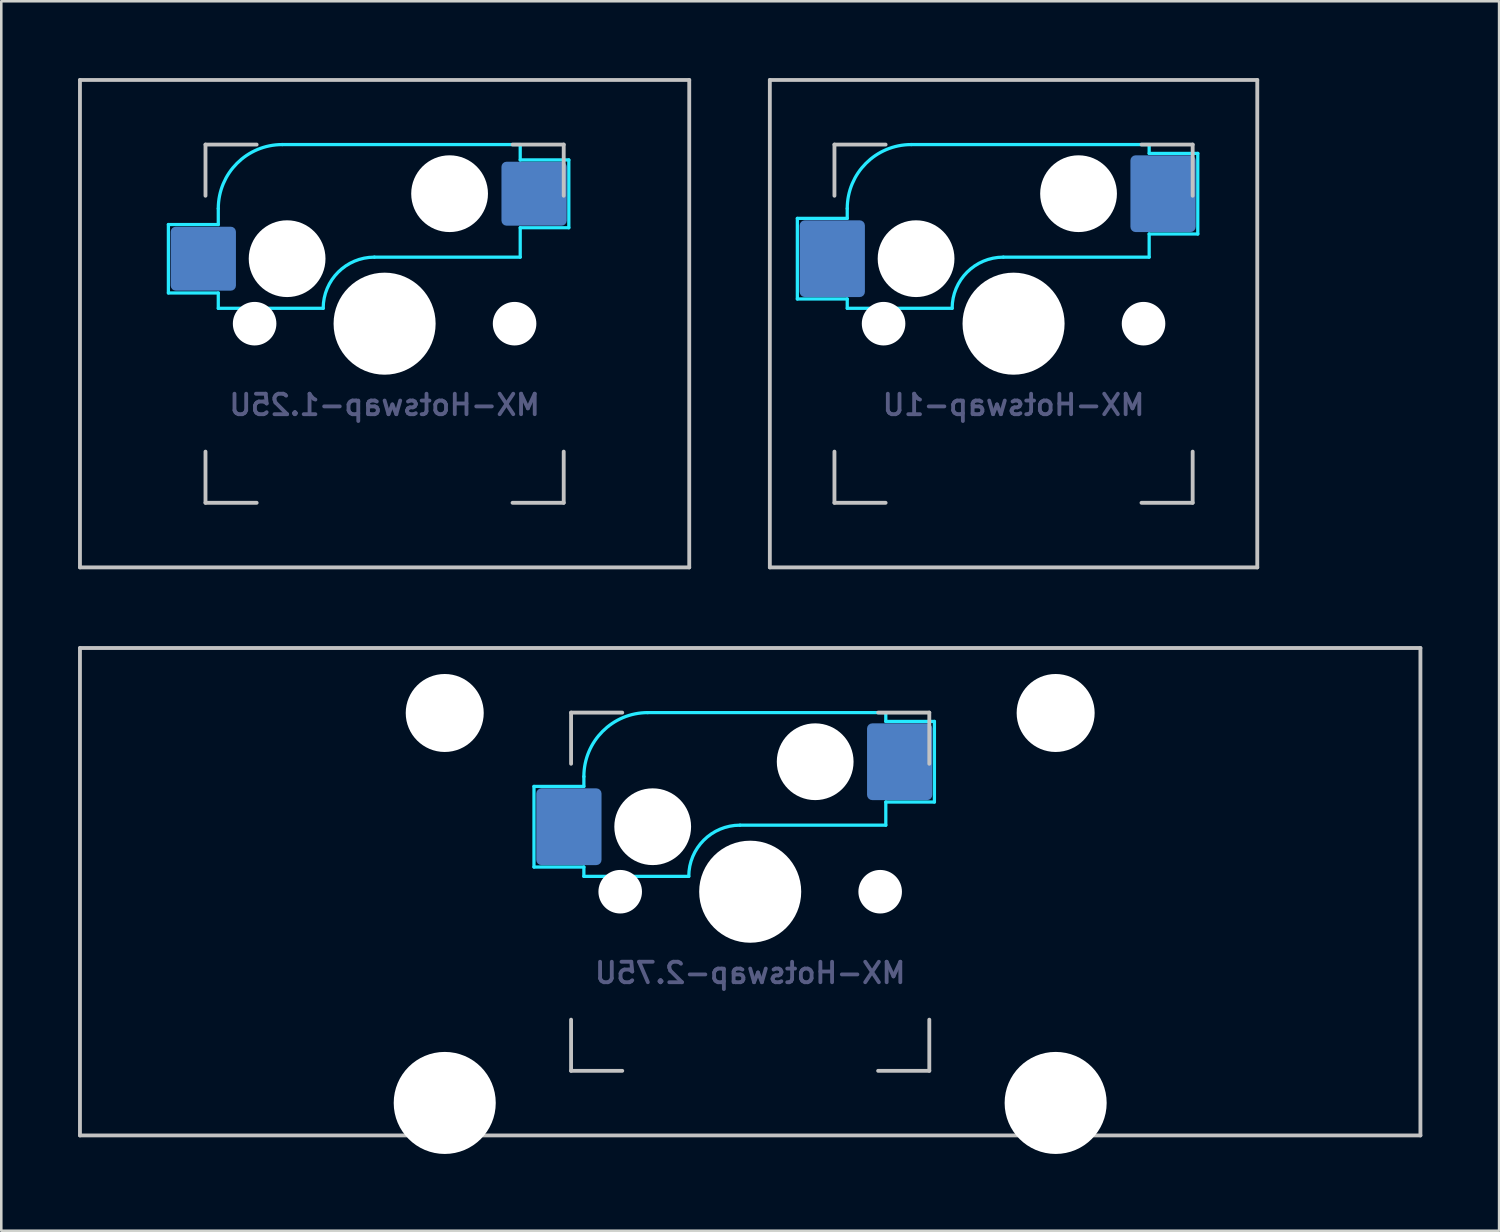
<source format=kicad_pcb>
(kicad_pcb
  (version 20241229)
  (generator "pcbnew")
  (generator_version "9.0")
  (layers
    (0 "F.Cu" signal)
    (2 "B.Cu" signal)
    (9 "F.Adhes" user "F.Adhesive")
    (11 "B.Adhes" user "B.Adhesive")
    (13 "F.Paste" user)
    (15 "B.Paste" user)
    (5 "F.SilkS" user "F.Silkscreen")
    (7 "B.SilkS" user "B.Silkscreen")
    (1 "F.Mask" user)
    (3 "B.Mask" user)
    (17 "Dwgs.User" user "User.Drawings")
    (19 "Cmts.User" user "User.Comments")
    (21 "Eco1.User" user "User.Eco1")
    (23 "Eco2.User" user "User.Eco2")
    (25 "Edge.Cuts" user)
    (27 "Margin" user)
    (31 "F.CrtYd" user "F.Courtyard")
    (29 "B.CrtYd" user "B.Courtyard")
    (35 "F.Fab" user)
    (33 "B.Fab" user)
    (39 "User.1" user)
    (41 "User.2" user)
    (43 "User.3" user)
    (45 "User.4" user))
  (footprint "MX-Hotswap-2.75U"
    (layer "F.Cu")
    (at 26.269 31.8)
    (property "Reference" "MX-Hotswap-2.75U" (at 0 3.175 0) (layer "B.Fab") (effects (font (size 0.8 0.8) (thickness 0.15)) (justify mirror)))
    (attr smd)
    (fp_line (start -26.194 9.525) (end -26.194 -9.525) (stroke (width 0.15) (type solid)) (layer "Dwgs.User"))
    (fp_line (start -7 -7) (end -7 -5) (stroke (width 0.15) (type solid)) (layer "Dwgs.User"))
    (fp_line (start -7 5) (end -7 7) (stroke (width 0.15) (type solid)) (layer "Dwgs.User"))
    (fp_line (start -7 7) (end -5 7) (stroke (width 0.15) (type solid)) (layer "Dwgs.User"))
    (fp_line (start -5 -7) (end -7 -7) (stroke (width 0.15) (type solid)) (layer "Dwgs.User"))
    (fp_line (start 5 -7) (end 7 -7) (stroke (width 0.15) (type solid)) (layer "Dwgs.User"))
    (fp_line (start 5 7) (end 7 7) (stroke (width 0.15) (type solid)) (layer "Dwgs.User"))
    (fp_line (start 7 -7) (end 7 -5) (stroke (width 0.15) (type solid)) (layer "Dwgs.User"))
    (fp_line (start 7 7) (end 7 5) (stroke (width 0.15) (type solid)) (layer "Dwgs.User"))
    (fp_line (start 26.194 -9.525) (end -26.194 -9.525) (stroke (width 0.15) (type solid)) (layer "Dwgs.User"))
    (fp_line (start 26.194 9.525) (end -26.194 9.525) (stroke (width 0.15) (type solid)) (layer "Dwgs.User"))
    (fp_line (start 26.194 9.525) (end 26.194 -9.525) (stroke (width 0.15) (type solid)) (layer "Dwgs.User"))
    (fp_line (start -8.45 -4.115) (end -8.45 -0.965) (stroke (width 0.127) (type solid)) (layer "B.CrtYd"))
    (fp_line (start -8.45 -0.965) (end -6.5 -0.965) (stroke (width 0.127) (type solid)) (layer "B.CrtYd"))
    (fp_line (start -6.5 -4.5) (end -6.5 -4.115) (stroke (width 0.127) (type solid)) (layer "B.CrtYd"))
    (fp_line (start -6.5 -4.115) (end -8.45 -4.115) (stroke (width 0.127) (type solid)) (layer "B.CrtYd"))
    (fp_line (start -6.5 -0.6) (end -6.5 -0.965) (stroke (width 0.127) (type solid)) (layer "B.CrtYd"))
    (fp_line (start -6.5 -0.6) (end -2.4 -0.6) (stroke (width 0.127) (type solid)) (layer "B.CrtYd"))
    (fp_line (start -0.4 -2.6) (end 5.3 -2.6) (stroke (width 0.127) (type solid)) (layer "B.CrtYd"))
    (fp_line (start 5.3 -7) (end -4 -7) (stroke (width 0.127) (type solid)) (layer "B.CrtYd"))
    (fp_line (start 5.3 -7) (end 5.3 -6.655) (stroke (width 0.127) (type solid)) (layer "B.CrtYd"))
    (fp_line (start 5.3 -6.655) (end 7.2 -6.655) (stroke (width 0.127) (type solid)) (layer "B.CrtYd"))
    (fp_line (start 5.3 -2.6) (end 5.3 -3.505) (stroke (width 0.127) (type solid)) (layer "B.CrtYd"))
    (fp_line (start 7.2 -6.655) (end 7.2 -3.505) (stroke (width 0.127) (type solid)) (layer "B.CrtYd"))
    (fp_line (start 7.2 -3.505) (end 5.3 -3.505) (stroke (width 0.127) (type solid)) (layer "B.CrtYd"))
    (fp_arc (start -6.5 -4.5) (mid -5.767767 -6.267767) (end -4 -7) (stroke (width 0.127) (type solid)) (layer "B.CrtYd"))
    (fp_arc (start -2.4 -0.6) (mid -1.814214 -2.014214) (end -0.4 -2.6) (stroke (width 0.127) (type solid)) (layer "B.CrtYd"))
    (pad "" np_thru_hole circle (at -11.938 -6.985) (size 3.048 3.048) (drill 3.048) (layers "*.Cu" "*.Mask"))
    (pad "" np_thru_hole circle (at -11.938 8.255) (size 3.988 3.988) (drill 3.988) (layers "*.Cu" "*.Mask"))
    (pad "" np_thru_hole circle (at -5.08 0 48.099) (size 1.702 1.702) (drill 1.702) (layers "*.Cu" "*.Mask"))
    (pad "" np_thru_hole circle (at -3.81 -2.54) (size 3 3) (drill 3) (layers "*.Cu" "*.Mask"))
    (pad "" np_thru_hole circle (at 0 0) (size 3.988 3.988) (drill 3.988) (layers "*.Cu" "*.Mask"))
    (pad "" np_thru_hole circle (at 2.54 -5.08) (size 3 3) (drill 3) (layers "*.Cu" "*.Mask"))
    (pad "" np_thru_hole circle (at 5.08 0 48.099) (size 1.702 1.702) (drill 1.702) (layers "*.Cu" "*.Mask"))
    (pad "" np_thru_hole circle (at 11.938 -6.985) (size 3.048 3.048) (drill 3.048) (layers "*.Cu" "*.Mask"))
    (pad "" np_thru_hole circle (at 11.938 8.255) (size 3.988 3.988) (drill 3.988) (layers "*.Cu" "*.Mask"))
    (pad "1" smd roundrect (at -7.085 -2.54 90) (size 3 2.55) (layers "B.Cu" "B.Mask" "B.Paste") (roundrect_rratio 0.08))
    (pad "2" smd roundrect (at 5.842 -5.08 90) (size 3 2.55) (layers "B.Cu" "B.Mask" "B.Paste") (roundrect_rratio 0.08)))
  (footprint "MX-Hotswap-1U"
    (layer "F.Cu")
    (at 36.562 9.6)
    (property "Reference" "MX-Hotswap-1U" (at 0 3.175 0) (layer "B.Fab") (effects (font (size 0.8 0.8) (thickness 0.15)) (justify mirror)))
    (attr smd)
    (fp_line (start -9.525 9.525) (end -9.525 -9.525) (stroke (width 0.15) (type solid)) (layer "Dwgs.User"))
    (fp_line (start -7 -7) (end -7 -5) (stroke (width 0.15) (type solid)) (layer "Dwgs.User"))
    (fp_line (start -7 5) (end -7 7) (stroke (width 0.15) (type solid)) (layer "Dwgs.User"))
    (fp_line (start -7 7) (end -5 7) (stroke (width 0.15) (type solid)) (layer "Dwgs.User"))
    (fp_line (start -5 -7) (end -7 -7) (stroke (width 0.15) (type solid)) (layer "Dwgs.User"))
    (fp_line (start 5 -7) (end 7 -7) (stroke (width 0.15) (type solid)) (layer "Dwgs.User"))
    (fp_line (start 5 7) (end 7 7) (stroke (width 0.15) (type solid)) (layer "Dwgs.User"))
    (fp_line (start 7 -7) (end 7 -5) (stroke (width 0.15) (type solid)) (layer "Dwgs.User"))
    (fp_line (start 7 7) (end 7 5) (stroke (width 0.15) (type solid)) (layer "Dwgs.User"))
    (fp_line (start 9.525 -9.525) (end -9.525 -9.525) (stroke (width 0.15) (type solid)) (layer "Dwgs.User"))
    (fp_line (start 9.525 9.525) (end -9.525 9.525) (stroke (width 0.15) (type solid)) (layer "Dwgs.User"))
    (fp_line (start 9.525 9.525) (end 9.525 -9.525) (stroke (width 0.15) (type solid)) (layer "Dwgs.User"))
    (fp_line (start -8.45 -4.115) (end -8.45 -0.965) (stroke (width 0.127) (type solid)) (layer "B.CrtYd"))
    (fp_line (start -8.45 -0.965) (end -6.5 -0.965) (stroke (width 0.127) (type solid)) (layer "B.CrtYd"))
    (fp_line (start -6.5 -4.5) (end -6.5 -4.115) (stroke (width 0.127) (type solid)) (layer "B.CrtYd"))
    (fp_line (start -6.5 -4.115) (end -8.45 -4.115) (stroke (width 0.127) (type solid)) (layer "B.CrtYd"))
    (fp_line (start -6.5 -0.6) (end -6.5 -0.965) (stroke (width 0.127) (type solid)) (layer "B.CrtYd"))
    (fp_line (start -6.5 -0.6) (end -2.4 -0.6) (stroke (width 0.127) (type solid)) (layer "B.CrtYd"))
    (fp_line (start -0.4 -2.6) (end 5.3 -2.6) (stroke (width 0.127) (type solid)) (layer "B.CrtYd"))
    (fp_line (start 5.3 -7) (end -4 -7) (stroke (width 0.127) (type solid)) (layer "B.CrtYd"))
    (fp_line (start 5.3 -7) (end 5.3 -6.655) (stroke (width 0.127) (type solid)) (layer "B.CrtYd"))
    (fp_line (start 5.3 -6.655) (end 7.2 -6.655) (stroke (width 0.127) (type solid)) (layer "B.CrtYd"))
    (fp_line (start 5.3 -2.6) (end 5.3 -3.505) (stroke (width 0.127) (type solid)) (layer "B.CrtYd"))
    (fp_line (start 7.2 -6.655) (end 7.2 -3.505) (stroke (width 0.127) (type solid)) (layer "B.CrtYd"))
    (fp_line (start 7.2 -3.505) (end 5.3 -3.505) (stroke (width 0.127) (type solid)) (layer "B.CrtYd"))
    (fp_arc (start -6.5 -4.5) (mid -5.767767 -6.267767) (end -4 -7) (stroke (width 0.127) (type solid)) (layer "B.CrtYd"))
    (fp_arc (start -2.4 -0.6) (mid -1.814214 -2.014214) (end -0.4 -2.6) (stroke (width 0.127) (type solid)) (layer "B.CrtYd"))
    (pad "" np_thru_hole circle (at -5.08 0 48.099) (size 1.702 1.702) (drill 1.702) (layers "*.Cu" "*.Mask"))
    (pad "" np_thru_hole circle (at -3.81 -2.54) (size 3 3) (drill 3) (layers "*.Cu" "*.Mask"))
    (pad "" np_thru_hole circle (at 0 0) (size 3.988 3.988) (drill 3.988) (layers "*.Cu" "*.Mask"))
    (pad "" np_thru_hole circle (at 2.54 -5.08) (size 3 3) (drill 3) (layers "*.Cu" "*.Mask"))
    (pad "" np_thru_hole circle (at 5.08 0 48.099) (size 1.702 1.702) (drill 1.702) (layers "*.Cu" "*.Mask"))
    (pad "1" smd roundrect (at -7.085 -2.54 90) (size 3 2.55) (layers "B.Cu" "B.Mask" "B.Paste") (roundrect_rratio 0.08))
    (pad "2" smd roundrect (at 5.842 -5.08 90) (size 3 2.55) (layers "B.Cu" "B.Mask" "B.Paste") (roundrect_rratio 0.08)))
  (footprint "MX-Hotswap-1.25U"
    (layer "F.Cu")
    (at 11.981 9.6)
    (property "Reference" "MX-Hotswap-1.25U" (at 0 3.175 0) (layer "B.Fab") (effects (font (size 0.8 0.8) (thickness 0.15)) (justify mirror)))
    (attr smd)
    (fp_line (start -11.906 9.525) (end -11.906 -9.525) (stroke (width 0.15) (type solid)) (layer "Dwgs.User"))
    (fp_line (start -7 -7) (end -7 -5) (stroke (width 0.15) (type solid)) (layer "Dwgs.User"))
    (fp_line (start -7 5) (end -7 7) (stroke (width 0.15) (type solid)) (layer "Dwgs.User"))
    (fp_line (start -7 7) (end -5 7) (stroke (width 0.15) (type solid)) (layer "Dwgs.User"))
    (fp_line (start -5 -7) (end -7 -7) (stroke (width 0.15) (type solid)) (layer "Dwgs.User"))
    (fp_line (start 5 -7) (end 7 -7) (stroke (width 0.15) (type solid)) (layer "Dwgs.User"))
    (fp_line (start 5 7) (end 7 7) (stroke (width 0.15) (type solid)) (layer "Dwgs.User"))
    (fp_line (start 7 -7) (end 7 -5) (stroke (width 0.15) (type solid)) (layer "Dwgs.User"))
    (fp_line (start 7 7) (end 7 5) (stroke (width 0.15) (type solid)) (layer "Dwgs.User"))
    (fp_line (start 11.906 -9.525) (end -11.906 -9.525) (stroke (width 0.15) (type solid)) (layer "Dwgs.User"))
    (fp_line (start 11.906 9.525) (end -11.906 9.525) (stroke (width 0.15) (type solid)) (layer "Dwgs.User"))
    (fp_line (start 11.906 9.525) (end 11.906 -9.525) (stroke (width 0.15) (type solid)) (layer "Dwgs.User"))
    (fp_line (start -8.45 -3.875) (end -8.45 -1.2) (stroke (width 0.127) (type solid)) (layer "B.CrtYd"))
    (fp_line (start -8.45 -1.2) (end -6.5 -1.2) (stroke (width 0.127) (type solid)) (layer "B.CrtYd"))
    (fp_line (start -6.5 -4.5) (end -6.5 -3.875) (stroke (width 0.127) (type solid)) (layer "B.CrtYd"))
    (fp_line (start -6.5 -3.875) (end -8.45 -3.875) (stroke (width 0.127) (type solid)) (layer "B.CrtYd"))
    (fp_line (start -6.5 -0.6) (end -6.5 -1.2) (stroke (width 0.127) (type solid)) (layer "B.CrtYd"))
    (fp_line (start -6.5 -0.6) (end -2.4 -0.6) (stroke (width 0.127) (type solid)) (layer "B.CrtYd"))
    (fp_line (start -0.4 -2.6) (end 5.3 -2.6) (stroke (width 0.127) (type solid)) (layer "B.CrtYd"))
    (fp_line (start 5.3 -7) (end -4 -7) (stroke (width 0.127) (type solid)) (layer "B.CrtYd"))
    (fp_line (start 5.3 -7) (end 5.3 -6.4) (stroke (width 0.127) (type solid)) (layer "B.CrtYd"))
    (fp_line (start 5.3 -6.4) (end 7.2 -6.4) (stroke (width 0.127) (type solid)) (layer "B.CrtYd"))
    (fp_line (start 5.3 -2.6) (end 5.3 -3.75) (stroke (width 0.127) (type solid)) (layer "B.CrtYd"))
    (fp_line (start 7.2 -6.4) (end 7.2 -3.75) (stroke (width 0.127) (type solid)) (layer "B.CrtYd"))
    (fp_line (start 7.2 -3.75) (end 5.3 -3.75) (stroke (width 0.127) (type solid)) (layer "B.CrtYd"))
    (fp_arc (start -6.5 -4.5) (mid -5.767767 -6.267767) (end -4 -7) (stroke (width 0.127) (type solid)) (layer "B.CrtYd"))
    (fp_arc (start -2.4 -0.6) (mid -1.814214 -2.014214) (end -0.4 -2.6) (stroke (width 0.127) (type solid)) (layer "B.CrtYd"))
    (pad "" np_thru_hole circle (at -5.08 0 48.099) (size 1.702 1.702) (drill 1.702) (layers "*.Cu" "*.Mask"))
    (pad "" np_thru_hole circle (at -3.81 -2.54) (size 3 3) (drill 3) (layers "*.Cu" "*.Mask"))
    (pad "" np_thru_hole circle (at 0 0) (size 3.988 3.988) (drill 3.988) (layers "*.Cu" "*.Mask"))
    (pad "" np_thru_hole circle (at 2.54 -5.08) (size 3 3) (drill 3) (layers "*.Cu" "*.Mask"))
    (pad "" np_thru_hole circle (at 5.08 0 48.099) (size 1.702 1.702) (drill 1.702) (layers "*.Cu" "*.Mask"))
    (pad "1" smd roundrect (at -7.085 -2.54) (size 2.55 2.5) (layers "B.Cu" "B.Mask" "B.Paste") (roundrect_rratio 0.08))
    (pad "2" smd roundrect (at 5.842 -5.08) (size 2.55 2.5) (layers "B.Cu" "B.Mask" "B.Paste") (roundrect_rratio 0.08)))
  (gr_rect
    (start -3 -3)
    (end 55.538 45.049)
    (stroke (width 0.1) (type default))
    (fill no)
    (layer "Edge.Cuts")))
</source>
